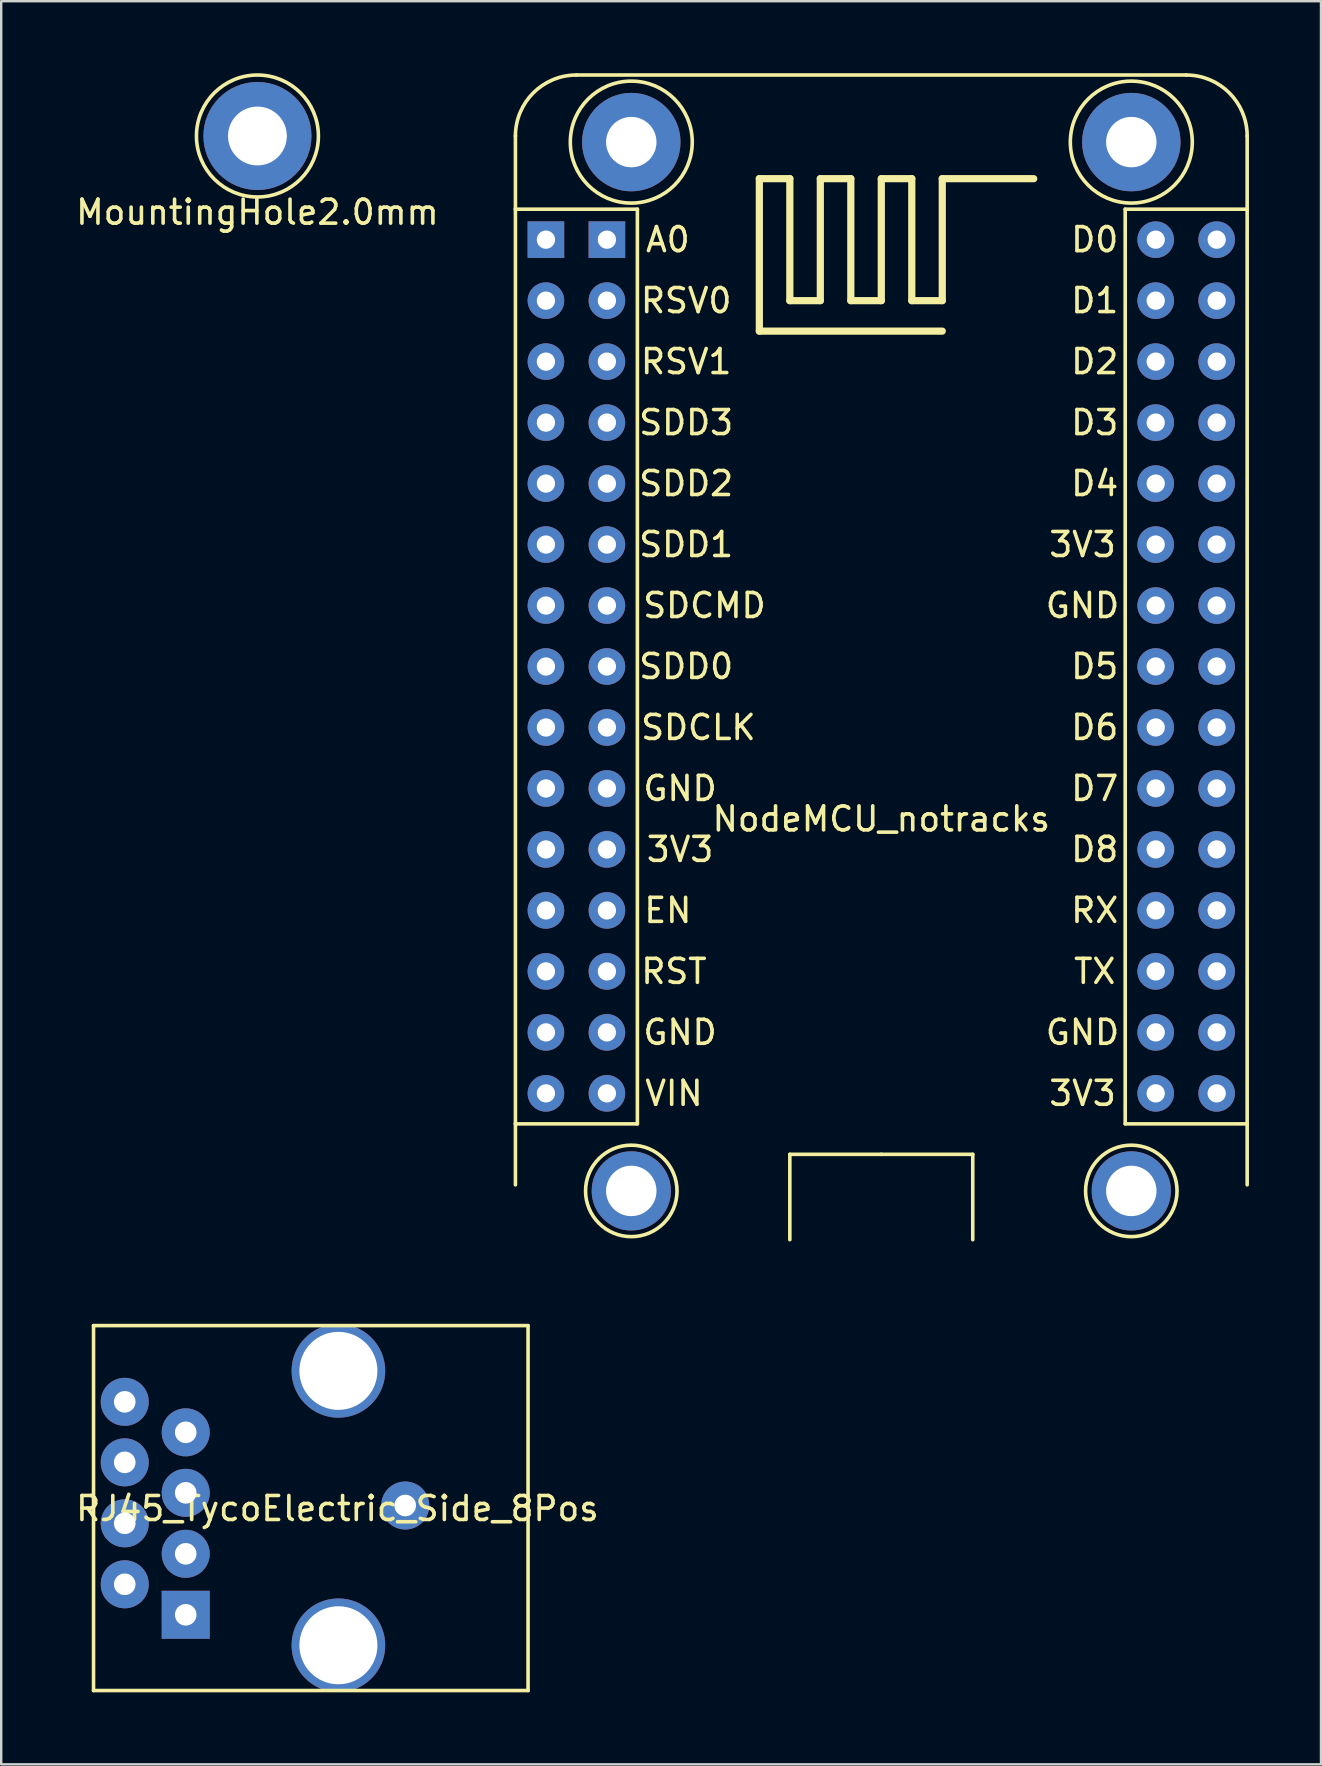
<source format=kicad_pcb>
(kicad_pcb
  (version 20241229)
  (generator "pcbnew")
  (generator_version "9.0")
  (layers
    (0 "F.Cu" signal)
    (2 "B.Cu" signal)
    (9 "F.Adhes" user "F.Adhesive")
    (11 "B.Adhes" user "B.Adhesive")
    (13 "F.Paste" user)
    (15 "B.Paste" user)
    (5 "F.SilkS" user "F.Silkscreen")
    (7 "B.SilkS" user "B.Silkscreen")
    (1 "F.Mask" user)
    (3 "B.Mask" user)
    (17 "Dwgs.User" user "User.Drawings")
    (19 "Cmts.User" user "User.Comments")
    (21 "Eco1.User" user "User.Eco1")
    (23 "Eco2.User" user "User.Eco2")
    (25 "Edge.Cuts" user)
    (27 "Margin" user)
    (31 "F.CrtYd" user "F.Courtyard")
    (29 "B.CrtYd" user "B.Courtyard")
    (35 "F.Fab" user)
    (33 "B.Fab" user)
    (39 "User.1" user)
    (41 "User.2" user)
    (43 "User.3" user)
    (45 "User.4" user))
  (footprint "NodeMCU_notracks"
    (layer "F.Cu")
    (at 23.246 2.869)
    (property "Reference" "NodeMCU_notracks" (at 10.414 28.194 0) (layer "F.SilkS") (effects (font (size 1 1) (thickness 0.15))))
    (attr through_hole)
    (fp_line (start -4.826 -0.254) (end -4.826 2.794) (stroke (width 0.15) (type solid)) (layer "F.SilkS"))
    (fp_line (start -4.826 2.794) (end -4.826 40.894) (stroke (width 0.15) (type solid)) (layer "F.SilkS"))
    (fp_line (start -4.826 40.894) (end 0.254 40.894) (stroke (width 0.15) (type solid)) (layer "F.SilkS"))
    (fp_line (start -4.826 43.434) (end -4.826 40.894) (stroke (width 0.15) (type solid)) (layer "F.SilkS"))
    (fp_line (start 0.254 2.794) (end -4.826 2.794) (stroke (width 0.15) (type solid)) (layer "F.SilkS"))
    (fp_line (start 0.254 40.894) (end 0.254 2.794) (stroke (width 0.15) (type solid)) (layer "F.SilkS"))
    (fp_line (start 5.334 1.524) (end 5.334 7.874) (stroke (width 0.3) (type solid)) (layer "F.SilkS"))
    (fp_line (start 5.334 7.874) (end 12.954 7.874) (stroke (width 0.3) (type solid)) (layer "F.SilkS"))
    (fp_line (start 6.604 1.524) (end 5.334 1.524) (stroke (width 0.3) (type solid)) (layer "F.SilkS"))
    (fp_line (start 6.604 6.604) (end 6.604 1.524) (stroke (width 0.3) (type solid)) (layer "F.SilkS"))
    (fp_line (start 6.604 42.164) (end 6.604 45.72) (stroke (width 0.15) (type solid)) (layer "F.SilkS"))
    (fp_line (start 7.874 1.524) (end 7.874 6.604) (stroke (width 0.3) (type solid)) (layer "F.SilkS"))
    (fp_line (start 7.874 6.604) (end 6.604 6.604) (stroke (width 0.3) (type solid)) (layer "F.SilkS"))
    (fp_line (start 9.144 1.524) (end 7.874 1.524) (stroke (width 0.3) (type solid)) (layer "F.SilkS"))
    (fp_line (start 9.144 6.604) (end 9.144 1.524) (stroke (width 0.3) (type solid)) (layer "F.SilkS"))
    (fp_line (start 10.414 1.524) (end 10.414 6.604) (stroke (width 0.3) (type solid)) (layer "F.SilkS"))
    (fp_line (start 10.414 6.604) (end 9.144 6.604) (stroke (width 0.3) (type solid)) (layer "F.SilkS"))
    (fp_line (start 10.414 42.164) (end 6.604 42.164) (stroke (width 0.15) (type solid)) (layer "F.SilkS"))
    (fp_line (start 10.414 42.164) (end 14.224 42.164) (stroke (width 0.15) (type solid)) (layer "F.SilkS"))
    (fp_line (start 11.684 1.524) (end 10.414 1.524) (stroke (width 0.3) (type solid)) (layer "F.SilkS"))
    (fp_line (start 11.684 1.524) (end 11.684 6.604) (stroke (width 0.3) (type solid)) (layer "F.SilkS"))
    (fp_line (start 11.684 6.604) (end 12.954 6.604) (stroke (width 0.3) (type solid)) (layer "F.SilkS"))
    (fp_line (start 12.954 1.524) (end 16.764 1.524) (stroke (width 0.3) (type solid)) (layer "F.SilkS"))
    (fp_line (start 12.954 6.604) (end 12.954 1.524) (stroke (width 0.3) (type solid)) (layer "F.SilkS"))
    (fp_line (start 14.224 42.164) (end 14.224 45.72) (stroke (width 0.15) (type solid)) (layer "F.SilkS"))
    (fp_line (start 20.574 2.794) (end 20.574 40.894) (stroke (width 0.15) (type solid)) (layer "F.SilkS"))
    (fp_line (start 20.574 40.894) (end 25.654 40.894) (stroke (width 0.15) (type solid)) (layer "F.SilkS"))
    (fp_line (start 23.114 -2.794) (end -2.286 -2.794) (stroke (width 0.15) (type solid)) (layer "F.SilkS"))
    (fp_line (start 25.654 -0.254) (end 25.654 2.794) (stroke (width 0.15) (type solid)) (layer "F.SilkS"))
    (fp_line (start 25.654 2.794) (end 20.574 2.794) (stroke (width 0.15) (type solid)) (layer "F.SilkS"))
    (fp_line (start 25.654 40.894) (end 25.654 2.794) (stroke (width 0.15) (type solid)) (layer "F.SilkS"))
    (fp_line (start 25.654 43.434) (end 25.654 40.894) (stroke (width 0.15) (type solid)) (layer "F.SilkS"))
    (fp_arc (start -4.826 -0.254) (mid -4.082051 -2.050051) (end -2.286 -2.794) (stroke (width 0.15) (type solid)) (layer "F.SilkS"))
    (fp_arc (start 23.114 -2.794) (mid 24.910051 -2.050051) (end 25.654 -0.254) (stroke (width 0.15) (type solid)) (layer "F.SilkS"))
    (fp_circle (center 0 0) (end 2.54 0) (stroke (width 0.15) (type solid)) (fill no) (layer "F.SilkS"))
    (fp_circle (center 0 43.688) (end 1.905 43.688) (stroke (width 0.15) (type solid)) (fill no) (layer "F.SilkS"))
    (fp_circle (center 20.828 0) (end 23.368 0) (stroke (width 0.15) (type solid)) (fill no) (layer "F.SilkS"))
    (fp_circle (center 20.828 43.688) (end 22.733 43.688) (stroke (width 0.15) (type solid)) (fill no) (layer "F.SilkS"))
    (fp_line (start -2.286 45.974) (end 23.114 45.974) (stroke (width 0.15) (type solid)) (layer "Eco1.User"))
    (fp_arc (start -2.286 45.974) (mid -4.082051 45.230051) (end -4.826 43.434) (stroke (width 0.15) (type solid)) (layer "Eco1.User"))
    (fp_arc (start 25.654 43.434) (mid 24.910051 45.230051) (end 23.114 45.974) (stroke (width 0.15) (type solid)) (layer "Eco1.User"))
    (fp_text user "RX" (at 19.304 32.004 0) (layer "F.SilkS") (effects (font (size 1 1) (thickness 0.15))))
    (fp_text user "3V3" (at 2.032 29.464 0) (layer "F.SilkS") (effects (font (size 1 1) (thickness 0.15))))
    (fp_text user "SDD3" (at 2.286 11.684 0) (layer "F.SilkS") (effects (font (size 1 1) (thickness 0.15))))
    (fp_text user "GND" (at 2.032 37.084 0) (layer "F.SilkS") (effects (font (size 1 1) (thickness 0.15))))
    (fp_text user "RST" (at 1.778 34.544 0) (layer "F.SilkS") (effects (font (size 1 1) (thickness 0.15))))
    (fp_text user "GND" (at 2.032 26.924 0) (layer "F.SilkS") (effects (font (size 1 1) (thickness 0.15))))
    (fp_text user "D1" (at 19.304 6.604 0) (layer "F.SilkS") (effects (font (size 1 1) (thickness 0.15))))
    (fp_text user "3V3" (at 18.796 39.624 0) (layer "F.SilkS") (effects (font (size 1 1) (thickness 0.15))))
    (fp_text user "D3" (at 19.304 11.684 0) (layer "F.SilkS") (effects (font (size 1 1) (thickness 0.15))))
    (fp_text user "SDD1" (at 2.286 16.764 0) (layer "F.SilkS") (effects (font (size 1 1) (thickness 0.15))))
    (fp_text user "SDCMD" (at 3.048 19.304 0) (layer "F.SilkS") (effects (font (size 1 1) (thickness 0.15))))
    (fp_text user "D2" (at 19.304 9.144 0) (layer "F.SilkS") (effects (font (size 1 1) (thickness 0.15))))
    (fp_text user "3V3" (at 18.796 16.764 0) (layer "F.SilkS") (effects (font (size 1 1) (thickness 0.15))))
    (fp_text user "GND" (at 18.796 19.304 0) (layer "F.SilkS") (effects (font (size 1 1) (thickness 0.15))))
    (fp_text user "D7" (at 19.304 26.924 0) (layer "F.SilkS") (effects (font (size 1 1) (thickness 0.15))))
    (fp_text user "D8" (at 19.304 29.464 0) (layer "F.SilkS") (effects (font (size 1 1) (thickness 0.15))))
    (fp_text user "D6" (at 19.304 24.384 0) (layer "F.SilkS") (effects (font (size 1 1) (thickness 0.15))))
    (fp_text user "D5" (at 19.304 21.844 0) (layer "F.SilkS") (effects (font (size 1 1) (thickness 0.15))))
    (fp_text user "EN" (at 1.524 32.004 0) (layer "F.SilkS") (effects (font (size 1 1) (thickness 0.15))))
    (fp_text user "SDCLK" (at 2.794 24.384 0) (layer "F.SilkS") (effects (font (size 1 1) (thickness 0.15))))
    (fp_text user "D0" (at 19.304 4.064 0) (layer "F.SilkS") (effects (font (size 1 1) (thickness 0.15))))
    (fp_text user "SDD0" (at 2.286 21.844 0) (layer "F.SilkS") (effects (font (size 1 1) (thickness 0.15))))
    (fp_text user "RSV1" (at 2.286 9.144 0) (layer "F.SilkS") (effects (font (size 1 1) (thickness 0.15))))
    (fp_text user "GND" (at 18.796 37.084 0) (layer "F.SilkS") (effects (font (size 1 1) (thickness 0.15))))
    (fp_text user "D4" (at 19.304 14.224 0) (layer "F.SilkS") (effects (font (size 1 1) (thickness 0.15))))
    (fp_text user "VIN" (at 1.778 39.624 0) (layer "F.SilkS") (effects (font (size 1 1) (thickness 0.15))))
    (fp_text user "SDD2" (at 2.286 14.224 0) (layer "F.SilkS") (effects (font (size 1 1) (thickness 0.15))))
    (fp_text user "TX" (at 19.304 34.544 0) (layer "F.SilkS") (effects (font (size 1 1) (thickness 0.15))))
    (fp_text user "A0" (at 1.524 4.064 0) (layer "F.SilkS") (effects (font (size 1 1) (thickness 0.15))))
    (fp_text user "RSV0" (at 2.286 6.604 0) (layer "F.SilkS") (effects (font (size 1 1) (thickness 0.15))))
    (pad "" np_thru_hole circle (at 0 0) (size 4.1 4.1) (drill 2.1) (layers "*.Cu" "*.Mask"))
    (pad "" np_thru_hole circle (at 0 43.688) (size 3.3 3.3) (drill 2.1) (layers "*.Cu" "*.Mask"))
    (pad "" np_thru_hole circle (at 20.828 0) (size 4.1 4.1) (drill 2.1) (layers "*.Cu" "*.Mask"))
    (pad "" np_thru_hole circle (at 20.828 43.688) (size 3.3 3.3) (drill 2.1) (layers "*.Cu" "*.Mask"))
    (pad "1" thru_hole rect (at -3.556 4.064) (size 1.524 1.524) (drill 0.762) (layers "*.Cu" "*.Mask"))
    (pad "1" thru_hole rect (at -1.016 4.064) (size 1.524 1.524) (drill 0.762) (layers "*.Cu" "*.Mask"))
    (pad "2" thru_hole circle (at -3.556 6.604) (size 1.524 1.524) (drill 0.762) (layers "*.Cu" "*.Mask"))
    (pad "2" thru_hole circle (at -1.016 6.604) (size 1.524 1.524) (drill 0.762) (layers "*.Cu" "*.Mask"))
    (pad "3" thru_hole circle (at -3.556 9.144) (size 1.524 1.524) (drill 0.762) (layers "*.Cu" "*.Mask"))
    (pad "3" thru_hole circle (at -1.016 9.144) (size 1.524 1.524) (drill 0.762) (layers "*.Cu" "*.Mask"))
    (pad "4" thru_hole circle (at -3.556 11.684) (size 1.524 1.524) (drill 0.762) (layers "*.Cu" "*.Mask"))
    (pad "4" thru_hole circle (at -1.016 11.684) (size 1.524 1.524) (drill 0.762) (layers "*.Cu" "*.Mask"))
    (pad "5" thru_hole circle (at -3.556 14.224) (size 1.524 1.524) (drill 0.762) (layers "*.Cu" "*.Mask"))
    (pad "5" thru_hole circle (at -1.016 14.224) (size 1.524 1.524) (drill 0.762) (layers "*.Cu" "*.Mask"))
    (pad "6" thru_hole circle (at -3.556 16.764) (size 1.524 1.524) (drill 0.762) (layers "*.Cu" "*.Mask"))
    (pad "6" thru_hole circle (at -1.016 16.764) (size 1.524 1.524) (drill 0.762) (layers "*.Cu" "*.Mask"))
    (pad "7" thru_hole circle (at -3.556 19.304) (size 1.524 1.524) (drill 0.762) (layers "*.Cu" "*.Mask"))
    (pad "7" thru_hole circle (at -1.016 19.304) (size 1.524 1.524) (drill 0.762) (layers "*.Cu" "*.Mask"))
    (pad "8" thru_hole circle (at -3.556 21.844) (size 1.524 1.524) (drill 0.762) (layers "*.Cu" "*.Mask"))
    (pad "8" thru_hole circle (at -1.016 21.844) (size 1.524 1.524) (drill 0.762) (layers "*.Cu" "*.Mask"))
    (pad "9" thru_hole circle (at -3.556 24.384) (size 1.524 1.524) (drill 0.762) (layers "*.Cu" "*.Mask"))
    (pad "9" thru_hole circle (at -1.016 24.384) (size 1.524 1.524) (drill 0.762) (layers "*.Cu" "*.Mask"))
    (pad "10" thru_hole circle (at -3.556 26.924) (size 1.524 1.524) (drill 0.762) (layers "*.Cu" "*.Mask"))
    (pad "10" thru_hole circle (at -1.016 26.924) (size 1.524 1.524) (drill 0.762) (layers "*.Cu" "*.Mask"))
    (pad "11" thru_hole circle (at -3.556 29.464) (size 1.524 1.524) (drill 0.762) (layers "*.Cu" "*.Mask"))
    (pad "11" thru_hole circle (at -1.016 29.464) (size 1.524 1.524) (drill 0.762) (layers "*.Cu" "*.Mask"))
    (pad "12" thru_hole circle (at -3.556 32.004) (size 1.524 1.524) (drill 0.762) (layers "*.Cu" "*.Mask"))
    (pad "12" thru_hole circle (at -1.016 32.004) (size 1.524 1.524) (drill 0.762) (layers "*.Cu" "*.Mask"))
    (pad "13" thru_hole circle (at -3.556 34.544) (size 1.524 1.524) (drill 0.762) (layers "*.Cu" "*.Mask"))
    (pad "13" thru_hole circle (at -1.016 34.544) (size 1.524 1.524) (drill 0.762) (layers "*.Cu" "*.Mask"))
    (pad "14" thru_hole circle (at -3.556 37.084) (size 1.524 1.524) (drill 0.762) (layers "*.Cu" "*.Mask"))
    (pad "14" thru_hole circle (at -1.016 37.084) (size 1.524 1.524) (drill 0.762) (layers "*.Cu" "*.Mask"))
    (pad "15" thru_hole circle (at -3.556 39.624) (size 1.524 1.524) (drill 0.762) (layers "*.Cu" "*.Mask"))
    (pad "15" thru_hole circle (at -1.016 39.624) (size 1.524 1.524) (drill 0.762) (layers "*.Cu" "*.Mask"))
    (pad "16" thru_hole circle (at 21.844 39.624) (size 1.524 1.524) (drill 0.762) (layers "*.Cu" "*.Mask"))
    (pad "16" thru_hole circle (at 24.384 39.624) (size 1.524 1.524) (drill 0.762) (layers "*.Cu" "*.Mask"))
    (pad "17" thru_hole circle (at 21.844 37.084) (size 1.524 1.524) (drill 0.762) (layers "*.Cu" "*.Mask"))
    (pad "17" thru_hole circle (at 24.384 37.084) (size 1.524 1.524) (drill 0.762) (layers "*.Cu" "*.Mask"))
    (pad "18" thru_hole circle (at 21.844 34.544) (size 1.524 1.524) (drill 0.762) (layers "*.Cu" "*.Mask"))
    (pad "18" thru_hole circle (at 24.384 34.544) (size 1.524 1.524) (drill 0.762) (layers "*.Cu" "*.Mask"))
    (pad "19" thru_hole circle (at 21.844 32.004) (size 1.524 1.524) (drill 0.762) (layers "*.Cu" "*.Mask"))
    (pad "19" thru_hole circle (at 24.384 32.004) (size 1.524 1.524) (drill 0.762) (layers "*.Cu" "*.Mask"))
    (pad "20" thru_hole circle (at 21.844 29.464) (size 1.524 1.524) (drill 0.762) (layers "*.Cu" "*.Mask"))
    (pad "20" thru_hole circle (at 24.384 29.464) (size 1.524 1.524) (drill 0.762) (layers "*.Cu" "*.Mask"))
    (pad "21" thru_hole circle (at 21.844 26.924) (size 1.524 1.524) (drill 0.762) (layers "*.Cu" "*.Mask"))
    (pad "21" thru_hole circle (at 24.384 26.924) (size 1.524 1.524) (drill 0.762) (layers "*.Cu" "*.Mask"))
    (pad "22" thru_hole circle (at 21.844 24.384) (size 1.524 1.524) (drill 0.762) (layers "*.Cu" "*.Mask"))
    (pad "22" thru_hole circle (at 24.384 24.384) (size 1.524 1.524) (drill 0.762) (layers "*.Cu" "*.Mask"))
    (pad "23" thru_hole circle (at 21.844 21.844) (size 1.524 1.524) (drill 0.762) (layers "*.Cu" "*.Mask"))
    (pad "23" thru_hole circle (at 24.384 21.844) (size 1.524 1.524) (drill 0.762) (layers "*.Cu" "*.Mask"))
    (pad "24" thru_hole circle (at 21.844 19.304) (size 1.524 1.524) (drill 0.762) (layers "*.Cu" "*.Mask"))
    (pad "24" thru_hole circle (at 24.384 19.304) (size 1.524 1.524) (drill 0.762) (layers "*.Cu" "*.Mask"))
    (pad "25" thru_hole circle (at 21.844 16.764) (size 1.524 1.524) (drill 0.762) (layers "*.Cu" "*.Mask"))
    (pad "25" thru_hole circle (at 24.384 16.764) (size 1.524 1.524) (drill 0.762) (layers "*.Cu" "*.Mask"))
    (pad "26" thru_hole circle (at 21.844 14.224) (size 1.524 1.524) (drill 0.762) (layers "*.Cu" "*.Mask"))
    (pad "26" thru_hole circle (at 24.384 14.224) (size 1.524 1.524) (drill 0.762) (layers "*.Cu" "*.Mask"))
    (pad "27" thru_hole circle (at 21.844 11.684) (size 1.524 1.524) (drill 0.762) (layers "*.Cu" "*.Mask"))
    (pad "27" thru_hole circle (at 24.384 11.684) (size 1.524 1.524) (drill 0.762) (layers "*.Cu" "*.Mask"))
    (pad "28" thru_hole circle (at 21.844 9.144) (size 1.524 1.524) (drill 0.762) (layers "*.Cu" "*.Mask"))
    (pad "28" thru_hole circle (at 24.384 9.144) (size 1.524 1.524) (drill 0.762) (layers "*.Cu" "*.Mask"))
    (pad "29" thru_hole circle (at 21.844 6.604) (size 1.524 1.524) (drill 0.762) (layers "*.Cu" "*.Mask"))
    (pad "29" thru_hole circle (at 24.384 6.604) (size 1.524 1.524) (drill 0.762) (layers "*.Cu" "*.Mask"))
    (pad "30" thru_hole circle (at 21.844 4.064) (size 1.524 1.524) (drill 0.762) (layers "*.Cu" "*.Mask"))
    (pad "30" thru_hole circle (at 24.384 4.064) (size 1.524 1.524) (drill 0.762) (layers "*.Cu" "*.Mask")))
  (footprint "RJ45_TycoElectric_Side_8Pos"
    (layer "F.Cu")
    (at 0.846 52.168)
    (property "Reference" "RJ45_TycoElectric_Side_8Pos" (at 10.16 7.62 0) (layer "F.SilkS") (effects (font (size 1 1) (thickness 0.15))))
    (attr through_hole)
    (fp_line (start 0 0) (end 0 15.2) (stroke (width 0.15) (type solid)) (layer "F.SilkS"))
    (fp_line (start 0 0) (end 18.1 0) (stroke (width 0.15) (type solid)) (layer "F.SilkS"))
    (fp_line (start 0 15.2) (end 18.1 15.2) (stroke (width 0.15) (type solid)) (layer "F.SilkS"))
    (fp_line (start 18.1 0) (end 18.1 15.2) (stroke (width 0.15) (type solid)) (layer "F.SilkS"))
    (pad "" np_thru_hole circle (at 10.2 1.885) (size 3.9 3.9) (drill 3.25) (layers "*.Cu" "*.Mask"))
    (pad "" np_thru_hole circle (at 10.2 13.315) (size 3.9 3.9) (drill 3.25) (layers "*.Cu" "*.Mask"))
    (pad "1" thru_hole rect (at 3.84 12.045) (size 2 2) (drill 0.9) (layers "*.Cu" "*.Mask"))
    (pad "2" thru_hole circle (at 1.3 10.775) (size 2 2) (drill 0.9) (layers "*.Cu" "*.Mask"))
    (pad "3" thru_hole circle (at 3.84 9.505) (size 2 2) (drill 0.9) (layers "*.Cu" "*.Mask"))
    (pad "4" thru_hole circle (at 1.3 8.235) (size 2 2) (drill 0.9) (layers "*.Cu" "*.Mask"))
    (pad "5" thru_hole circle (at 3.84 6.965) (size 2 2) (drill 0.9) (layers "*.Cu" "*.Mask"))
    (pad "6" thru_hole circle (at 1.3 5.695) (size 2 2) (drill 0.9) (layers "*.Cu" "*.Mask"))
    (pad "7" thru_hole circle (at 3.84 4.445) (size 2 2) (drill 0.9) (layers "*.Cu" "*.Mask"))
    (pad "8" thru_hole circle (at 1.3 3.175) (size 2 2) (drill 0.9) (layers "*.Cu" "*.Mask"))
    (pad "9" thru_hole circle (at 12.984 7.493) (size 2 2) (drill 0.9) (layers "*.Cu" "*.Mask")))
  (footprint "MountingHole2.0mm"
    (layer "F.Cu")
    (at 7.673 2.615)
    (property "Reference" "MountingHole2.0mm" (at 0 3.175 0) (layer "F.SilkS") (effects (font (size 1 1) (thickness 0.15))))
    (attr through_hole)
    (fp_circle (center 0 0) (end 2.54 0) (stroke (width 0.15) (type solid)) (fill no) (layer "F.SilkS"))
    (pad "" np_thru_hole circle (at 0 0) (size 4.5 4.5) (drill 2.45) (layers "*.Cu" "*.Mask")))
  (gr_rect
    (start -3 -3)
    (end 51.975 70.443)
    (stroke (width 0.1) (type default))
    (fill no)
    (layer "Edge.Cuts")))
</source>
